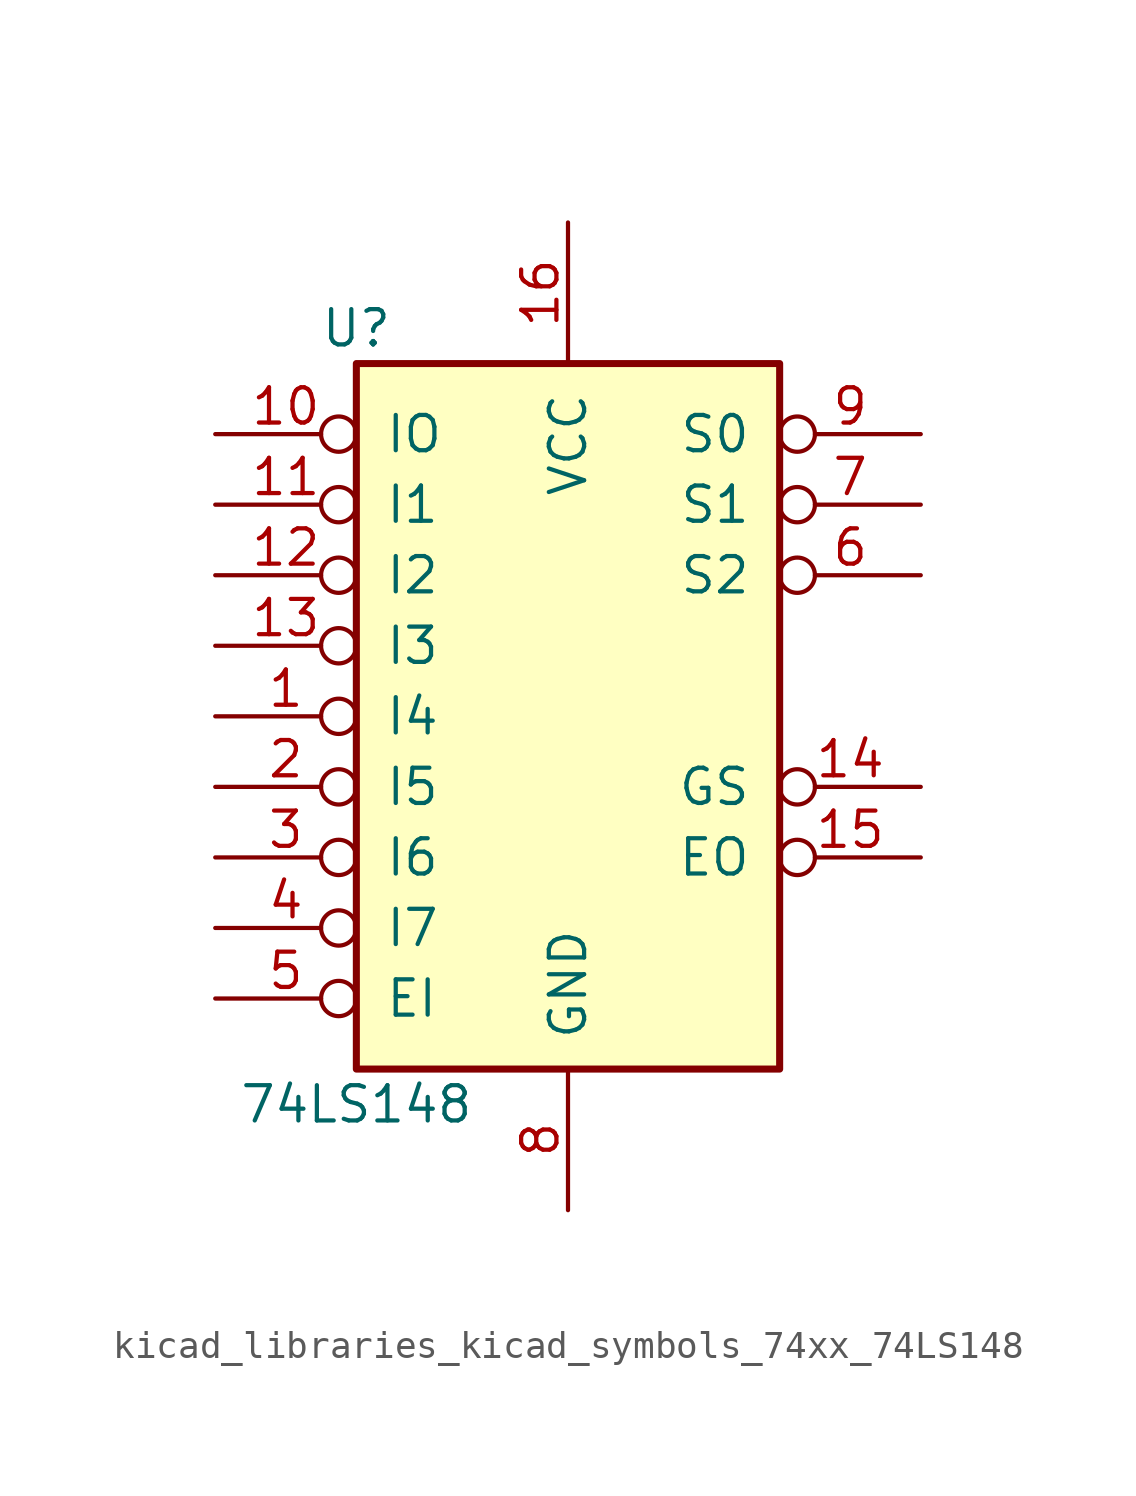
<source format=kicad_sym>
(kicad_symbol_lib
  (version 20220914)
  (generator kicad_symbol_editor)
  (symbol "kicad_libraries_kicad_symbols_74xx_74LS148"
    (pin_names
      (offset 1.016))
    (property "Reference" "U"
      (at -7.62 13.97 0)
      (effects (font (size 1.27 1.27))))
    (property "Value" "74LS148"
      (at -7.62 -13.97 0)
      (effects (font (size 1.27 1.27))))
    (property "ki_locked" ""
      (at 0 0 0)
      (effects (font (size 1.27 1.27))))
    (symbol "kicad_libraries_kicad_symbols_74xx_74LS148_1_0"
      (pin input inverted (at -12.7 0 0) (length 5.08) (name "I4" (effects (font (size 1.27 1.27)))) (number "1" (effects (font (size 1.27 1.27)))))
      (pin input inverted (at -12.7 10.16 0) (length 5.08) (name "IO" (effects (font (size 1.27 1.27)))) (number "10" (effects (font (size 1.27 1.27)))))
      (pin input inverted (at -12.7 7.62 0) (length 5.08) (name "I1" (effects (font (size 1.27 1.27)))) (number "11" (effects (font (size 1.27 1.27)))))
      (pin input inverted (at -12.7 5.08 0) (length 5.08) (name "I2" (effects (font (size 1.27 1.27)))) (number "12" (effects (font (size 1.27 1.27)))))
      (pin input inverted (at -12.7 2.54 0) (length 5.08) (name "I3" (effects (font (size 1.27 1.27)))) (number "13" (effects (font (size 1.27 1.27)))))
      (pin output inverted (at 12.7 -2.54 180) (length 5.08) (name "GS" (effects (font (size 1.27 1.27)))) (number "14" (effects (font (size 1.27 1.27)))))
      (pin output inverted (at 12.7 -5.08 180) (length 5.08) (name "EO" (effects (font (size 1.27 1.27)))) (number "15" (effects (font (size 1.27 1.27)))))
      (pin power_in line (at 0 17.78 270) (length 5.08) (name "VCC" (effects (font (size 1.27 1.27)))) (number "16" (effects (font (size 1.27 1.27)))))
      (pin input inverted (at -12.7 -2.54 0) (length 5.08) (name "I5" (effects (font (size 1.27 1.27)))) (number "2" (effects (font (size 1.27 1.27)))))
      (pin input inverted (at -12.7 -5.08 0) (length 5.08) (name "I6" (effects (font (size 1.27 1.27)))) (number "3" (effects (font (size 1.27 1.27)))))
      (pin input inverted (at -12.7 -7.62 0) (length 5.08) (name "I7" (effects (font (size 1.27 1.27)))) (number "4" (effects (font (size 1.27 1.27)))))
      (pin input inverted (at -12.7 -10.16 0) (length 5.08) (name "EI" (effects (font (size 1.27 1.27)))) (number "5" (effects (font (size 1.27 1.27)))))
      (pin output inverted (at 12.7 5.08 180) (length 5.08) (name "S2" (effects (font (size 1.27 1.27)))) (number "6" (effects (font (size 1.27 1.27)))))
      (pin output inverted (at 12.7 7.62 180) (length 5.08) (name "S1" (effects (font (size 1.27 1.27)))) (number "7" (effects (font (size 1.27 1.27)))))
      (pin power_in line (at 0 -17.78 90) (length 5.08) (name "GND" (effects (font (size 1.27 1.27)))) (number "8" (effects (font (size 1.27 1.27)))))
      (pin output inverted (at 12.7 10.16 180) (length 5.08) (name "S0" (effects (font (size 1.27 1.27)))) (number "9" (effects (font (size 1.27 1.27))))))
    (symbol "kicad_libraries_kicad_symbols_74xx_74LS148_1_1"
      (rectangle (start -7.62 12.7) (end 7.62 -12.7) (stroke (width 0.254) (type default)) (fill (type background))))))
</source>
